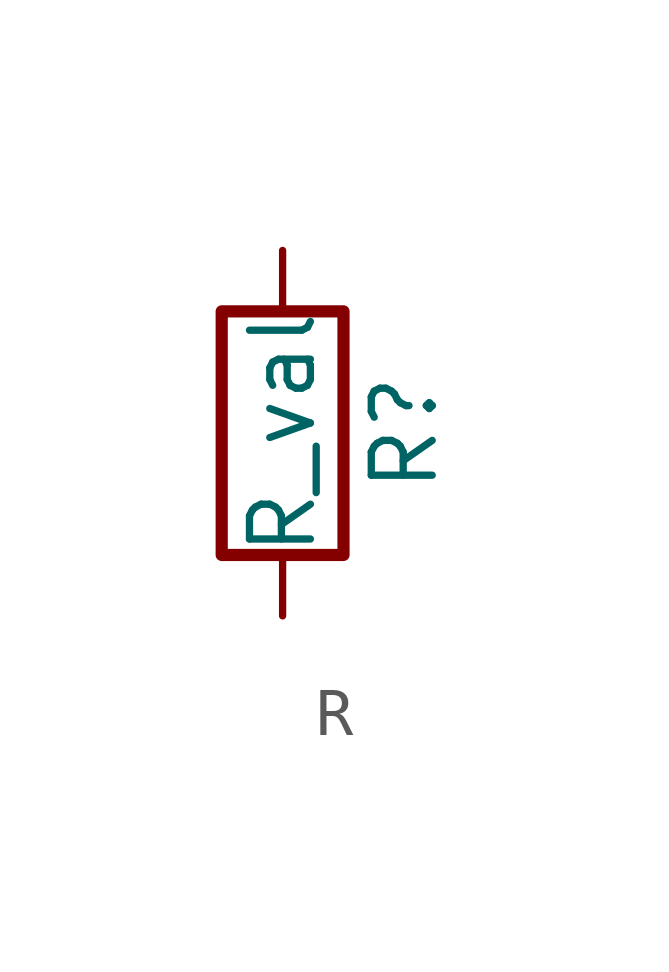
<source format=kicad_sym>
(kicad_symbol_lib
  (version 20220914)
  (generator kicad_symbol_editor)
  (symbol "R"
    (pin_numbers hide)
    (property "Reference" "R"
      (at 2.54 0 90)
      (effects (font (size 1.27 1.27))))
    (property "Value" "R_val"
      (at 0 0 90)
      (effects (font (size 1.27 1.27))))
    (symbol "R_0_1"
      (rectangle (start -1.27 2.54) (end 1.27 -2.54) (stroke (width 0.254) (type default)) (fill (type none))))
    (symbol "R_1_1"
      (pin passive line (at 0 3.81 270) (length 1.27) (name "~" (effects (font (size 1.27 1.27)))) (number "1" (effects (font (size 1.27 1.27)))))
      (pin passive line (at 0 -3.81 90) (length 1.27) (name "" (effects (font (size 1.27 1.27)))) (number "2" (effects (font (size 1.27 1.27))))))))
</source>
